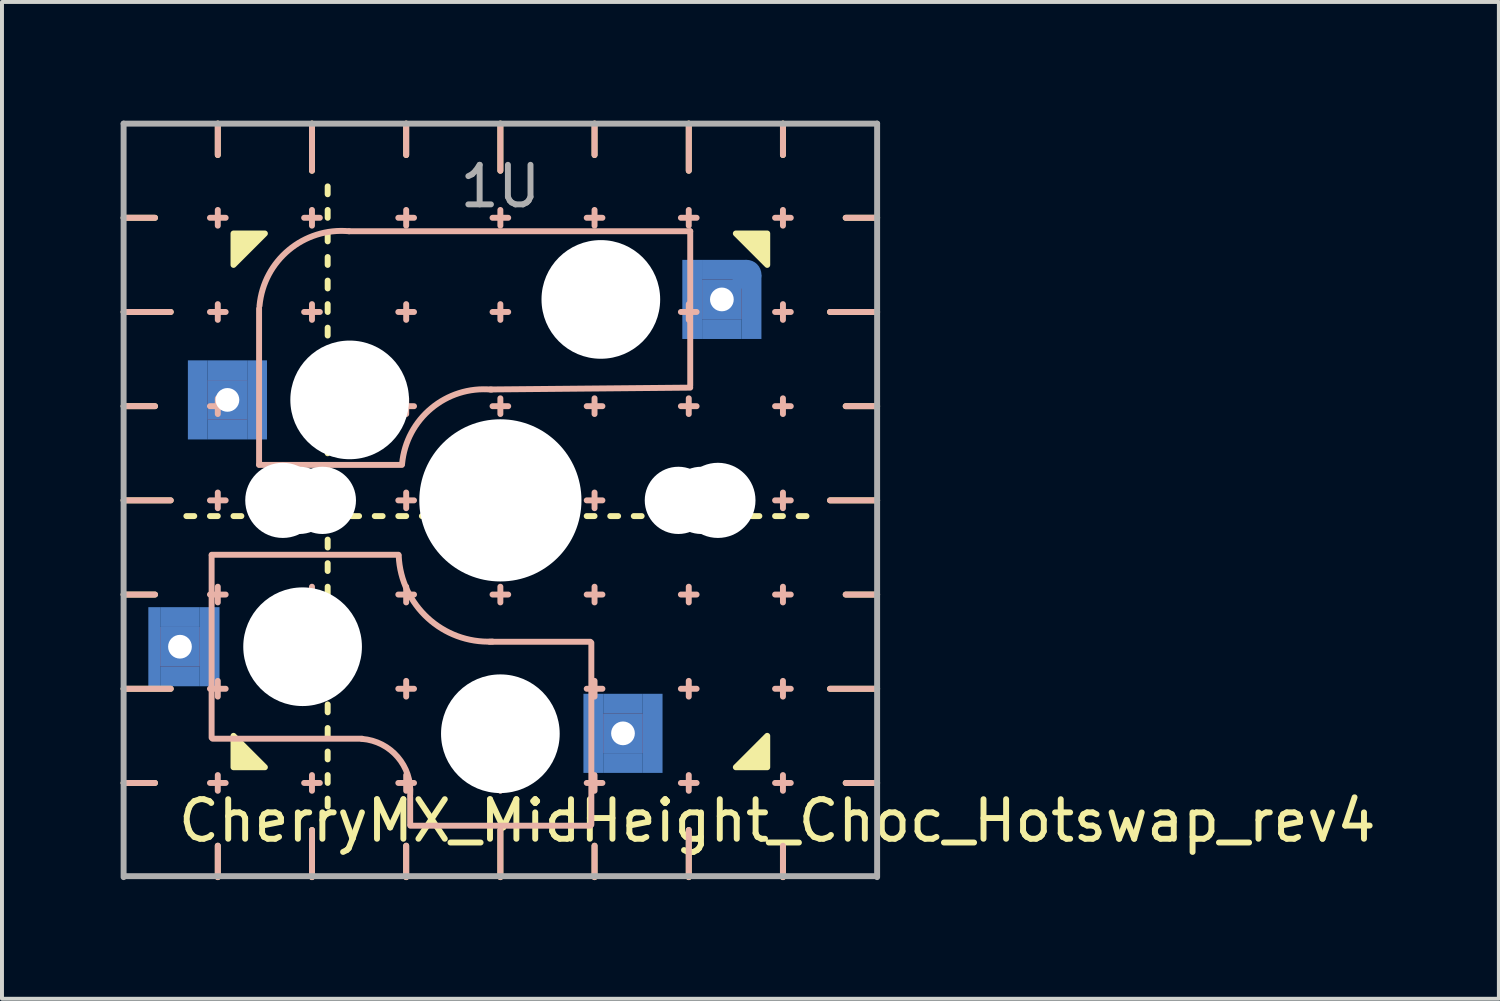
<source format=kicad_pcb>
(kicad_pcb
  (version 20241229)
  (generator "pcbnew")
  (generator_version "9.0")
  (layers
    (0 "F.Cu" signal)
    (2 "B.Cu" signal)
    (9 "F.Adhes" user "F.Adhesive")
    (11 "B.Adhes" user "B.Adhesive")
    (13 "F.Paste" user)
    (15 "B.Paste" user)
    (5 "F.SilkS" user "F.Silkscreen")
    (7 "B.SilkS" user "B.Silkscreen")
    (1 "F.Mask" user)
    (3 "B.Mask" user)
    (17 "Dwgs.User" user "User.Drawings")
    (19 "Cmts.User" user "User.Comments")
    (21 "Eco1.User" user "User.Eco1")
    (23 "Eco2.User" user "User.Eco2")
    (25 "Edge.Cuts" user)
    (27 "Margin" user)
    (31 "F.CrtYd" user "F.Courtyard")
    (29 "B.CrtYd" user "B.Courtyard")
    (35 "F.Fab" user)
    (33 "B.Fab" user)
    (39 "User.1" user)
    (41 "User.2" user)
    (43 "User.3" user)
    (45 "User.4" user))
  (footprint "CherryMX_MidHeight_Choc_Hotswap_rev4"
    (layer "F.Cu")
    (at 9.6 9.6)
    (property "Reference" "CherryMX_MidHeight_Choc_Hotswap_rev4" (at 7 8.1 0) (layer "F.SilkS") (effects (font (size 1 1) (thickness 0.15))))
    (attr through_hole)
    (fp_line (start -8.731 -7.144) (end -9.525 -7.144) (stroke (width 0.15) (type solid)) (layer "F.SilkS"))
    (fp_line (start -8.731 -2.381) (end -9.525 -2.381) (stroke (width 0.15) (type solid)) (layer "F.SilkS"))
    (fp_line (start -8.731 2.381) (end -9.525 2.381) (stroke (width 0.15) (type solid)) (layer "F.SilkS"))
    (fp_line (start -8.731 7.144) (end -9.525 7.144) (stroke (width 0.15) (type solid)) (layer "F.SilkS"))
    (fp_line (start -8.334 -4.763) (end -9.525 -4.763) (stroke (width 0.15) (type solid)) (layer "F.SilkS"))
    (fp_line (start -8.334 0) (end -9.525 0) (stroke (width 0.15) (type solid)) (layer "F.SilkS"))
    (fp_line (start -8.334 4.763) (end -9.525 4.763) (stroke (width 0.15) (type solid)) (layer "F.SilkS"))
    (fp_line (start -7.938 0.397) (end -7.739 0.397) (stroke (width 0.15) (type solid)) (layer "F.SilkS"))
    (fp_line (start -7.342 0.397) (end -7.144 0.397) (stroke (width 0.15) (type solid)) (layer "F.SilkS"))
    (fp_line (start -7.144 -8.731) (end -7.144 -9.525) (stroke (width 0.15) (type solid)) (layer "F.SilkS"))
    (fp_line (start -7.144 8.731) (end -7.144 9.525) (stroke (width 0.15) (type solid)) (layer "F.SilkS"))
    (fp_line (start -6.747 0.397) (end -6.548 0.397) (stroke (width 0.15) (type solid)) (layer "F.SilkS"))
    (fp_line (start -6.152 0.397) (end -5.953 0.397) (stroke (width 0.15) (type solid)) (layer "F.SilkS"))
    (fp_line (start -5.556 0.397) (end -5.358 0.397) (stroke (width 0.15) (type solid)) (layer "F.SilkS"))
    (fp_line (start -4.961 0.397) (end -4.763 0.397) (stroke (width 0.15) (type solid)) (layer "F.SilkS"))
    (fp_line (start -4.763 -8.334) (end -4.763 -9.525) (stroke (width 0.15) (type solid)) (layer "F.SilkS"))
    (fp_line (start -4.763 8.334) (end -4.763 9.525) (stroke (width 0.15) (type solid)) (layer "F.SilkS"))
    (fp_line (start -4.366 -7.938) (end -4.366 -7.739) (stroke (width 0.15) (type solid)) (layer "F.SilkS"))
    (fp_line (start -4.366 -7.342) (end -4.366 -7.144) (stroke (width 0.15) (type solid)) (layer "F.SilkS"))
    (fp_line (start -4.366 -6.747) (end -4.366 -6.548) (stroke (width 0.15) (type solid)) (layer "F.SilkS"))
    (fp_line (start -4.366 -6.152) (end -4.366 -5.953) (stroke (width 0.15) (type solid)) (layer "F.SilkS"))
    (fp_line (start -4.366 -5.556) (end -4.366 -5.358) (stroke (width 0.15) (type solid)) (layer "F.SilkS"))
    (fp_line (start -4.366 -4.961) (end -4.366 -4.763) (stroke (width 0.15) (type solid)) (layer "F.SilkS"))
    (fp_line (start -4.366 -4.366) (end -4.366 -4.167) (stroke (width 0.15) (type solid)) (layer "F.SilkS"))
    (fp_line (start -4.366 -3.77) (end -4.366 -3.572) (stroke (width 0.15) (type solid)) (layer "F.SilkS"))
    (fp_line (start -4.366 -3.175) (end -4.366 -2.977) (stroke (width 0.15) (type solid)) (layer "F.SilkS"))
    (fp_line (start -4.366 -2.58) (end -4.366 -2.381) (stroke (width 0.15) (type solid)) (layer "F.SilkS"))
    (fp_line (start -4.366 -1.984) (end -4.366 -1.786) (stroke (width 0.15) (type solid)) (layer "F.SilkS"))
    (fp_line (start -4.366 -1.389) (end -4.366 -1.191) (stroke (width 0.15) (type solid)) (layer "F.SilkS"))
    (fp_line (start -4.366 -0.794) (end -4.366 -0.595) (stroke (width 0.15) (type solid)) (layer "F.SilkS"))
    (fp_line (start -4.366 -0.198) (end -4.366 0) (stroke (width 0.15) (type solid)) (layer "F.SilkS"))
    (fp_line (start -4.366 0.397) (end -4.366 0.595) (stroke (width 0.15) (type solid)) (layer "F.SilkS"))
    (fp_line (start -4.366 0.397) (end -4.167 0.397) (stroke (width 0.15) (type solid)) (layer "F.SilkS"))
    (fp_line (start -4.366 0.992) (end -4.366 1.191) (stroke (width 0.15) (type solid)) (layer "F.SilkS"))
    (fp_line (start -4.366 1.588) (end -4.366 1.786) (stroke (width 0.15) (type solid)) (layer "F.SilkS"))
    (fp_line (start -4.366 2.183) (end -4.366 2.381) (stroke (width 0.15) (type solid)) (layer "F.SilkS"))
    (fp_line (start -4.366 2.778) (end -4.366 2.977) (stroke (width 0.15) (type solid)) (layer "F.SilkS"))
    (fp_line (start -4.366 3.373) (end -4.366 3.572) (stroke (width 0.15) (type solid)) (layer "F.SilkS"))
    (fp_line (start -4.366 3.969) (end -4.366 4.167) (stroke (width 0.15) (type solid)) (layer "F.SilkS"))
    (fp_line (start -4.366 4.564) (end -4.366 4.763) (stroke (width 0.15) (type solid)) (layer "F.SilkS"))
    (fp_line (start -4.366 5.159) (end -4.366 5.358) (stroke (width 0.15) (type solid)) (layer "F.SilkS"))
    (fp_line (start -4.366 5.755) (end -4.366 5.953) (stroke (width 0.15) (type solid)) (layer "F.SilkS"))
    (fp_line (start -4.366 6.35) (end -4.366 6.548) (stroke (width 0.15) (type solid)) (layer "F.SilkS"))
    (fp_line (start -4.366 6.945) (end -4.366 7.144) (stroke (width 0.15) (type solid)) (layer "F.SilkS"))
    (fp_line (start -4.366 7.541) (end -4.366 7.739) (stroke (width 0.15) (type solid)) (layer "F.SilkS"))
    (fp_line (start -3.77 0.397) (end -3.572 0.397) (stroke (width 0.15) (type solid)) (layer "F.SilkS"))
    (fp_line (start -3.175 0.397) (end -2.977 0.397) (stroke (width 0.15) (type solid)) (layer "F.SilkS"))
    (fp_line (start -2.58 0.397) (end -2.381 0.397) (stroke (width 0.15) (type solid)) (layer "F.SilkS"))
    (fp_line (start -2.381 -8.731) (end -2.381 -9.525) (stroke (width 0.15) (type solid)) (layer "F.SilkS"))
    (fp_line (start -2.381 8.731) (end -2.381 9.525) (stroke (width 0.15) (type solid)) (layer "F.SilkS"))
    (fp_line (start -1.984 0.397) (end -1.786 0.397) (stroke (width 0.15) (type solid)) (layer "F.SilkS"))
    (fp_line (start -1.389 0.397) (end -1.191 0.397) (stroke (width 0.15) (type solid)) (layer "F.SilkS"))
    (fp_line (start -0.794 0.397) (end -0.595 0.397) (stroke (width 0.15) (type solid)) (layer "F.SilkS"))
    (fp_line (start -0.198 0.397) (end 0 0.397) (stroke (width 0.15) (type solid)) (layer "F.SilkS"))
    (fp_line (start 0 -8.334) (end 0 -9.525) (stroke (width 0.15) (type solid)) (layer "F.SilkS"))
    (fp_line (start 0 8.334) (end 0 9.525) (stroke (width 0.15) (type solid)) (layer "F.SilkS"))
    (fp_line (start 0.397 0.397) (end 0.595 0.397) (stroke (width 0.15) (type solid)) (layer "F.SilkS"))
    (fp_line (start 0.992 0.397) (end 1.191 0.397) (stroke (width 0.15) (type solid)) (layer "F.SilkS"))
    (fp_line (start 1.588 0.397) (end 1.786 0.397) (stroke (width 0.15) (type solid)) (layer "F.SilkS"))
    (fp_line (start 2.183 0.397) (end 2.381 0.397) (stroke (width 0.15) (type solid)) (layer "F.SilkS"))
    (fp_line (start 2.381 -8.731) (end 2.381 -9.525) (stroke (width 0.15) (type solid)) (layer "F.SilkS"))
    (fp_line (start 2.381 8.731) (end 2.381 9.525) (stroke (width 0.15) (type solid)) (layer "F.SilkS"))
    (fp_line (start 2.778 0.397) (end 2.977 0.397) (stroke (width 0.15) (type solid)) (layer "F.SilkS"))
    (fp_line (start 3.373 0.397) (end 3.572 0.397) (stroke (width 0.15) (type solid)) (layer "F.SilkS"))
    (fp_line (start 3.969 0.397) (end 4.167 0.397) (stroke (width 0.15) (type solid)) (layer "F.SilkS"))
    (fp_line (start 4.564 0.397) (end 4.763 0.397) (stroke (width 0.15) (type solid)) (layer "F.SilkS"))
    (fp_line (start 4.763 -8.334) (end 4.763 -9.525) (stroke (width 0.15) (type solid)) (layer "F.SilkS"))
    (fp_line (start 4.763 8.334) (end 4.763 9.525) (stroke (width 0.15) (type solid)) (layer "F.SilkS"))
    (fp_line (start 5.159 0.397) (end 5.358 0.397) (stroke (width 0.15) (type solid)) (layer "F.SilkS"))
    (fp_line (start 5.755 0.397) (end 5.953 0.397) (stroke (width 0.15) (type solid)) (layer "F.SilkS"))
    (fp_line (start 6.35 0.397) (end 6.548 0.397) (stroke (width 0.15) (type solid)) (layer "F.SilkS"))
    (fp_line (start 6.945 0.397) (end 7.144 0.397) (stroke (width 0.15) (type solid)) (layer "F.SilkS"))
    (fp_line (start 7.144 -8.731) (end 7.144 -9.525) (stroke (width 0.15) (type solid)) (layer "F.SilkS"))
    (fp_line (start 7.144 8.731) (end 7.144 9.525) (stroke (width 0.15) (type solid)) (layer "F.SilkS"))
    (fp_line (start 7.541 0.397) (end 7.739 0.397) (stroke (width 0.15) (type solid)) (layer "F.SilkS"))
    (fp_line (start 8.334 -4.763) (end 9.525 -4.763) (stroke (width 0.15) (type solid)) (layer "F.SilkS"))
    (fp_line (start 8.334 0) (end 9.525 0) (stroke (width 0.15) (type solid)) (layer "F.SilkS"))
    (fp_line (start 8.334 4.763) (end 9.525 4.763) (stroke (width 0.15) (type solid)) (layer "F.SilkS"))
    (fp_line (start 8.731 -7.144) (end 9.525 -7.144) (stroke (width 0.15) (type solid)) (layer "F.SilkS"))
    (fp_line (start 8.731 -2.381) (end 9.525 -2.381) (stroke (width 0.15) (type solid)) (layer "F.SilkS"))
    (fp_line (start 8.731 2.381) (end 9.525 2.381) (stroke (width 0.15) (type solid)) (layer "F.SilkS"))
    (fp_line (start 8.731 7.144) (end 9.525 7.144) (stroke (width 0.15) (type solid)) (layer "F.SilkS"))
    (fp_poly (pts (xy -6.747 -5.953) (xy -5.953 -6.747) (xy -6.747 -6.747)) (stroke (width 0.15) (type solid)) (fill yes) (layer "F.SilkS"))
    (fp_poly (pts (xy -5.953 6.747) (xy -6.747 5.953) (xy -6.747 6.747)) (stroke (width 0.15) (type solid)) (fill yes) (layer "F.SilkS"))
    (fp_poly (pts (xy 5.953 -6.747) (xy 6.747 -5.953) (xy 6.747 -6.747)) (stroke (width 0.15) (type solid)) (fill yes) (layer "F.SilkS"))
    (fp_poly (pts (xy 6.747 5.953) (xy 5.953 6.747) (xy 6.747 6.747)) (stroke (width 0.15) (type solid)) (fill yes) (layer "F.SilkS"))
    (fp_line (start -8.731 -7.144) (end -9.525 -7.144) (stroke (width 0.15) (type solid)) (layer "B.SilkS"))
    (fp_line (start -8.731 -2.381) (end -9.525 -2.381) (stroke (width 0.15) (type solid)) (layer "B.SilkS"))
    (fp_line (start -8.731 2.381) (end -9.525 2.381) (stroke (width 0.15) (type solid)) (layer "B.SilkS"))
    (fp_line (start -8.731 7.144) (end -9.525 7.144) (stroke (width 0.15) (type solid)) (layer "B.SilkS"))
    (fp_line (start -8.334 -4.763) (end -9.525 -4.763) (stroke (width 0.15) (type solid)) (layer "B.SilkS"))
    (fp_line (start -8.334 0) (end -9.525 0) (stroke (width 0.15) (type solid)) (layer "B.SilkS"))
    (fp_line (start -8.334 4.763) (end -9.525 4.763) (stroke (width 0.15) (type solid)) (layer "B.SilkS"))
    (fp_line (start -7.342 -7.144) (end -6.945 -7.144) (stroke (width 0.15) (type solid)) (layer "B.SilkS"))
    (fp_line (start -7.342 -4.763) (end -6.945 -4.763) (stroke (width 0.15) (type solid)) (layer "B.SilkS"))
    (fp_line (start -7.342 -2.381) (end -6.945 -2.381) (stroke (width 0.15) (type solid)) (layer "B.SilkS"))
    (fp_line (start -7.342 0) (end -6.945 0) (stroke (width 0.15) (type solid)) (layer "B.SilkS"))
    (fp_line (start -7.342 2.381) (end -6.945 2.381) (stroke (width 0.15) (type solid)) (layer "B.SilkS"))
    (fp_line (start -7.342 4.763) (end -6.945 4.763) (stroke (width 0.15) (type solid)) (layer "B.SilkS"))
    (fp_line (start -7.342 7.144) (end -6.945 7.144) (stroke (width 0.15) (type solid)) (layer "B.SilkS"))
    (fp_line (start -7.3 1.4) (end -7.3 6) (stroke (width 0.15) (type solid)) (layer "B.SilkS"))
    (fp_line (start -7.144 -7.342) (end -7.144 -6.945) (stroke (width 0.15) (type solid)) (layer "B.SilkS"))
    (fp_line (start -7.144 -4.961) (end -7.144 -4.564) (stroke (width 0.15) (type solid)) (layer "B.SilkS"))
    (fp_line (start -7.144 -2.58) (end -7.144 -2.183) (stroke (width 0.15) (type solid)) (layer "B.SilkS"))
    (fp_line (start -7.144 -0.198) (end -7.144 0.198) (stroke (width 0.15) (type solid)) (layer "B.SilkS"))
    (fp_line (start -7.144 2.183) (end -7.144 2.58) (stroke (width 0.15) (type solid)) (layer "B.SilkS"))
    (fp_line (start -7.144 4.564) (end -7.144 4.961) (stroke (width 0.15) (type solid)) (layer "B.SilkS"))
    (fp_line (start -7.144 6.945) (end -7.144 7.342) (stroke (width 0.15) (type solid)) (layer "B.SilkS"))
    (fp_line (start -7.144 -8.731) (end -7.144 -9.525) (stroke (width 0.15) (type solid)) (layer "B.SilkS"))
    (fp_line (start -7.144 8.731) (end -7.144 9.525) (stroke (width 0.15) (type solid)) (layer "B.SilkS"))
    (fp_line (start -6.1 -4.85) (end -6.1 -0.905) (stroke (width 0.15) (type solid)) (layer "B.SilkS"))
    (fp_line (start -6.1 -0.896) (end -2.49 -0.896) (stroke (width 0.15) (type solid)) (layer "B.SilkS"))
    (fp_line (start -4.961 -7.144) (end -4.564 -7.144) (stroke (width 0.15) (type solid)) (layer "B.SilkS"))
    (fp_line (start -4.961 -4.763) (end -4.564 -4.763) (stroke (width 0.15) (type solid)) (layer "B.SilkS"))
    (fp_line (start -4.961 -2.381) (end -4.564 -2.381) (stroke (width 0.15) (type solid)) (layer "B.SilkS"))
    (fp_line (start -4.961 0) (end -4.564 0) (stroke (width 0.15) (type solid)) (layer "B.SilkS"))
    (fp_line (start -4.961 2.381) (end -4.564 2.381) (stroke (width 0.15) (type solid)) (layer "B.SilkS"))
    (fp_line (start -4.961 4.763) (end -4.564 4.763) (stroke (width 0.15) (type solid)) (layer "B.SilkS"))
    (fp_line (start -4.961 7.144) (end -4.564 7.144) (stroke (width 0.15) (type solid)) (layer "B.SilkS"))
    (fp_line (start -4.763 -7.342) (end -4.763 -6.945) (stroke (width 0.15) (type solid)) (layer "B.SilkS"))
    (fp_line (start -4.763 -4.961) (end -4.763 -4.564) (stroke (width 0.15) (type solid)) (layer "B.SilkS"))
    (fp_line (start -4.763 -2.58) (end -4.763 -2.183) (stroke (width 0.15) (type solid)) (layer "B.SilkS"))
    (fp_line (start -4.763 -0.198) (end -4.763 0.198) (stroke (width 0.15) (type solid)) (layer "B.SilkS"))
    (fp_line (start -4.763 2.183) (end -4.763 2.58) (stroke (width 0.15) (type solid)) (layer "B.SilkS"))
    (fp_line (start -4.763 4.564) (end -4.763 4.961) (stroke (width 0.15) (type solid)) (layer "B.SilkS"))
    (fp_line (start -4.763 6.945) (end -4.763 7.342) (stroke (width 0.15) (type solid)) (layer "B.SilkS"))
    (fp_line (start -4.763 -8.334) (end -4.763 -9.525) (stroke (width 0.15) (type solid)) (layer "B.SilkS"))
    (fp_line (start -4.763 8.334) (end -4.763 9.525) (stroke (width 0.15) (type solid)) (layer "B.SilkS"))
    (fp_line (start -3.5 6.025) (end -7.275 6.025) (stroke (width 0.15) (type solid)) (layer "B.SilkS"))
    (fp_line (start -2.58 -7.144) (end -2.183 -7.144) (stroke (width 0.15) (type solid)) (layer "B.SilkS"))
    (fp_line (start -2.58 -4.763) (end -2.183 -4.763) (stroke (width 0.15) (type solid)) (layer "B.SilkS"))
    (fp_line (start -2.58 -2.381) (end -2.183 -2.381) (stroke (width 0.15) (type solid)) (layer "B.SilkS"))
    (fp_line (start -2.58 0) (end -2.183 0) (stroke (width 0.15) (type solid)) (layer "B.SilkS"))
    (fp_line (start -2.58 2.381) (end -2.183 2.381) (stroke (width 0.15) (type solid)) (layer "B.SilkS"))
    (fp_line (start -2.58 4.763) (end -2.183 4.763) (stroke (width 0.15) (type solid)) (layer "B.SilkS"))
    (fp_line (start -2.58 7.144) (end -2.183 7.144) (stroke (width 0.15) (type solid)) (layer "B.SilkS"))
    (fp_line (start -2.575 1.375) (end -7.3 1.375) (stroke (width 0.15) (type solid)) (layer "B.SilkS"))
    (fp_line (start -2.381 -7.342) (end -2.381 -6.945) (stroke (width 0.15) (type solid)) (layer "B.SilkS"))
    (fp_line (start -2.381 -4.961) (end -2.381 -4.564) (stroke (width 0.15) (type solid)) (layer "B.SilkS"))
    (fp_line (start -2.381 -2.58) (end -2.381 -2.183) (stroke (width 0.15) (type solid)) (layer "B.SilkS"))
    (fp_line (start -2.381 -0.198) (end -2.381 0.198) (stroke (width 0.15) (type solid)) (layer "B.SilkS"))
    (fp_line (start -2.381 2.183) (end -2.381 2.58) (stroke (width 0.15) (type solid)) (layer "B.SilkS"))
    (fp_line (start -2.381 4.564) (end -2.381 4.961) (stroke (width 0.15) (type solid)) (layer "B.SilkS"))
    (fp_line (start -2.381 6.945) (end -2.381 7.342) (stroke (width 0.15) (type solid)) (layer "B.SilkS"))
    (fp_line (start -2.381 -8.731) (end -2.381 -9.525) (stroke (width 0.15) (type solid)) (layer "B.SilkS"))
    (fp_line (start -2.381 8.731) (end -2.381 9.525) (stroke (width 0.15) (type solid)) (layer "B.SilkS"))
    (fp_line (start -2.28 7.5) (end -2.28 8.2) (stroke (width 0.15) (type solid)) (layer "B.SilkS"))
    (fp_line (start -0.198 -7.144) (end 0.198 -7.144) (stroke (width 0.15) (type solid)) (layer "B.SilkS"))
    (fp_line (start -0.198 -4.763) (end 0.198 -4.763) (stroke (width 0.15) (type solid)) (layer "B.SilkS"))
    (fp_line (start -0.198 -2.381) (end 0.198 -2.381) (stroke (width 0.15) (type solid)) (layer "B.SilkS"))
    (fp_line (start -0.198 0) (end 0.198 0) (stroke (width 0.15) (type solid)) (layer "B.SilkS"))
    (fp_line (start -0.198 2.381) (end 0.198 2.381) (stroke (width 0.15) (type solid)) (layer "B.SilkS"))
    (fp_line (start -0.198 4.763) (end 0.198 4.763) (stroke (width 0.15) (type solid)) (layer "B.SilkS"))
    (fp_line (start -0.198 7.144) (end 0.198 7.144) (stroke (width 0.15) (type solid)) (layer "B.SilkS"))
    (fp_line (start 0 -8.334) (end 0 -9.525) (stroke (width 0.15) (type solid)) (layer "B.SilkS"))
    (fp_line (start 0 -7.342) (end 0 -6.945) (stroke (width 0.15) (type solid)) (layer "B.SilkS"))
    (fp_line (start 0 -4.961) (end 0 -4.564) (stroke (width 0.15) (type solid)) (layer "B.SilkS"))
    (fp_line (start 0 -2.58) (end 0 -2.183) (stroke (width 0.15) (type solid)) (layer "B.SilkS"))
    (fp_line (start 0 -0.198) (end 0 0.198) (stroke (width 0.15) (type solid)) (layer "B.SilkS"))
    (fp_line (start 0 2.183) (end 0 2.58) (stroke (width 0.15) (type solid)) (layer "B.SilkS"))
    (fp_line (start 0 4.564) (end 0 4.961) (stroke (width 0.15) (type solid)) (layer "B.SilkS"))
    (fp_line (start 0 6.945) (end 0 7.342) (stroke (width 0.15) (type solid)) (layer "B.SilkS"))
    (fp_line (start 0 8.334) (end 0 9.525) (stroke (width 0.15) (type solid)) (layer "B.SilkS"))
    (fp_line (start 2.183 -7.144) (end 2.58 -7.144) (stroke (width 0.15) (type solid)) (layer "B.SilkS"))
    (fp_line (start 2.183 -4.763) (end 2.58 -4.763) (stroke (width 0.15) (type solid)) (layer "B.SilkS"))
    (fp_line (start 2.183 -2.381) (end 2.58 -2.381) (stroke (width 0.15) (type solid)) (layer "B.SilkS"))
    (fp_line (start 2.183 0) (end 2.58 0) (stroke (width 0.15) (type solid)) (layer "B.SilkS"))
    (fp_line (start 2.183 2.381) (end 2.58 2.381) (stroke (width 0.15) (type solid)) (layer "B.SilkS"))
    (fp_line (start 2.183 4.763) (end 2.58 4.763) (stroke (width 0.15) (type solid)) (layer "B.SilkS"))
    (fp_line (start 2.183 7.144) (end 2.58 7.144) (stroke (width 0.15) (type solid)) (layer "B.SilkS"))
    (fp_line (start 2.275 3.575) (end -0.275 3.575) (stroke (width 0.15) (type solid)) (layer "B.SilkS"))
    (fp_line (start 2.275 8.225) (end -2.275 8.225) (stroke (width 0.15) (type solid)) (layer "B.SilkS"))
    (fp_line (start 2.3 3.6) (end 2.3 8.2) (stroke (width 0.15) (type solid)) (layer "B.SilkS"))
    (fp_line (start 2.381 -8.731) (end 2.381 -9.525) (stroke (width 0.15) (type solid)) (layer "B.SilkS"))
    (fp_line (start 2.381 8.731) (end 2.381 9.525) (stroke (width 0.15) (type solid)) (layer "B.SilkS"))
    (fp_line (start 2.381 -7.342) (end 2.381 -6.945) (stroke (width 0.15) (type solid)) (layer "B.SilkS"))
    (fp_line (start 2.381 -4.961) (end 2.381 -4.564) (stroke (width 0.15) (type solid)) (layer "B.SilkS"))
    (fp_line (start 2.381 -2.58) (end 2.381 -2.183) (stroke (width 0.15) (type solid)) (layer "B.SilkS"))
    (fp_line (start 2.381 -0.198) (end 2.381 0.198) (stroke (width 0.15) (type solid)) (layer "B.SilkS"))
    (fp_line (start 2.381 2.183) (end 2.381 2.58) (stroke (width 0.15) (type solid)) (layer "B.SilkS"))
    (fp_line (start 2.381 4.564) (end 2.381 4.961) (stroke (width 0.15) (type solid)) (layer "B.SilkS"))
    (fp_line (start 2.381 6.945) (end 2.381 7.342) (stroke (width 0.15) (type solid)) (layer "B.SilkS"))
    (fp_line (start 4.564 -7.144) (end 4.961 -7.144) (stroke (width 0.15) (type solid)) (layer "B.SilkS"))
    (fp_line (start 4.564 -4.763) (end 4.961 -4.763) (stroke (width 0.15) (type solid)) (layer "B.SilkS"))
    (fp_line (start 4.564 -2.381) (end 4.961 -2.381) (stroke (width 0.15) (type solid)) (layer "B.SilkS"))
    (fp_line (start 4.564 0) (end 4.961 0) (stroke (width 0.15) (type solid)) (layer "B.SilkS"))
    (fp_line (start 4.564 2.381) (end 4.961 2.381) (stroke (width 0.15) (type solid)) (layer "B.SilkS"))
    (fp_line (start 4.564 4.763) (end 4.961 4.763) (stroke (width 0.15) (type solid)) (layer "B.SilkS"))
    (fp_line (start 4.564 7.144) (end 4.961 7.144) (stroke (width 0.15) (type solid)) (layer "B.SilkS"))
    (fp_line (start 4.763 -8.334) (end 4.763 -9.525) (stroke (width 0.15) (type solid)) (layer "B.SilkS"))
    (fp_line (start 4.763 8.334) (end 4.763 9.525) (stroke (width 0.15) (type solid)) (layer "B.SilkS"))
    (fp_line (start 4.763 -7.342) (end 4.763 -6.945) (stroke (width 0.15) (type solid)) (layer "B.SilkS"))
    (fp_line (start 4.763 -4.961) (end 4.763 -4.564) (stroke (width 0.15) (type solid)) (layer "B.SilkS"))
    (fp_line (start 4.763 -2.58) (end 4.763 -2.183) (stroke (width 0.15) (type solid)) (layer "B.SilkS"))
    (fp_line (start 4.763 -0.198) (end 4.763 0.198) (stroke (width 0.15) (type solid)) (layer "B.SilkS"))
    (fp_line (start 4.763 2.183) (end 4.763 2.58) (stroke (width 0.15) (type solid)) (layer "B.SilkS"))
    (fp_line (start 4.763 4.564) (end 4.763 4.961) (stroke (width 0.15) (type solid)) (layer "B.SilkS"))
    (fp_line (start 4.763 6.945) (end 4.763 7.342) (stroke (width 0.15) (type solid)) (layer "B.SilkS"))
    (fp_line (start 4.8 -6.804) (end -3.825 -6.804) (stroke (width 0.15) (type solid)) (layer "B.SilkS"))
    (fp_line (start 4.8 -2.896) (end 4.8 -6.804) (stroke (width 0.15) (type solid)) (layer "B.SilkS"))
    (fp_line (start 4.8 -2.85) (end -0.25 -2.804) (stroke (width 0.15) (type solid)) (layer "B.SilkS"))
    (fp_line (start 6.945 -7.144) (end 7.342 -7.144) (stroke (width 0.15) (type solid)) (layer "B.SilkS"))
    (fp_line (start 6.945 -4.763) (end 7.342 -4.763) (stroke (width 0.15) (type solid)) (layer "B.SilkS"))
    (fp_line (start 6.945 -2.381) (end 7.342 -2.381) (stroke (width 0.15) (type solid)) (layer "B.SilkS"))
    (fp_line (start 6.945 0) (end 7.342 0) (stroke (width 0.15) (type solid)) (layer "B.SilkS"))
    (fp_line (start 6.945 2.381) (end 7.342 2.381) (stroke (width 0.15) (type solid)) (layer "B.SilkS"))
    (fp_line (start 6.945 4.763) (end 7.342 4.763) (stroke (width 0.15) (type solid)) (layer "B.SilkS"))
    (fp_line (start 6.945 7.144) (end 7.342 7.144) (stroke (width 0.15) (type solid)) (layer "B.SilkS"))
    (fp_line (start 7.144 -8.731) (end 7.144 -9.525) (stroke (width 0.15) (type solid)) (layer "B.SilkS"))
    (fp_line (start 7.144 8.731) (end 7.144 9.525) (stroke (width 0.15) (type solid)) (layer "B.SilkS"))
    (fp_line (start 7.144 -7.342) (end 7.144 -6.945) (stroke (width 0.15) (type solid)) (layer "B.SilkS"))
    (fp_line (start 7.144 -4.961) (end 7.144 -4.564) (stroke (width 0.15) (type solid)) (layer "B.SilkS"))
    (fp_line (start 7.144 -2.58) (end 7.144 -2.183) (stroke (width 0.15) (type solid)) (layer "B.SilkS"))
    (fp_line (start 7.144 -0.198) (end 7.144 0.198) (stroke (width 0.15) (type solid)) (layer "B.SilkS"))
    (fp_line (start 7.144 2.183) (end 7.144 2.58) (stroke (width 0.15) (type solid)) (layer "B.SilkS"))
    (fp_line (start 7.144 4.564) (end 7.144 4.961) (stroke (width 0.15) (type solid)) (layer "B.SilkS"))
    (fp_line (start 7.144 6.945) (end 7.144 7.342) (stroke (width 0.15) (type solid)) (layer "B.SilkS"))
    (fp_line (start 8.334 -4.763) (end 9.525 -4.763) (stroke (width 0.15) (type solid)) (layer "B.SilkS"))
    (fp_line (start 8.334 0) (end 9.525 0) (stroke (width 0.15) (type solid)) (layer "B.SilkS"))
    (fp_line (start 8.334 4.763) (end 9.525 4.763) (stroke (width 0.15) (type solid)) (layer "B.SilkS"))
    (fp_line (start 8.731 -7.144) (end 9.525 -7.144) (stroke (width 0.15) (type solid)) (layer "B.SilkS"))
    (fp_line (start 8.731 -2.381) (end 9.525 -2.381) (stroke (width 0.15) (type solid)) (layer "B.SilkS"))
    (fp_line (start 8.731 2.381) (end 9.525 2.381) (stroke (width 0.15) (type solid)) (layer "B.SilkS"))
    (fp_line (start 8.731 7.144) (end 9.525 7.144) (stroke (width 0.15) (type solid)) (layer "B.SilkS"))
    (fp_arc (start -6.089 -4.92) (mid -5.347189 -6.33089) (end -3.825 -6.804) (stroke (width 0.15) (type solid)) (layer "B.SilkS"))
    (fp_arc (start -3.5 6.03) (mid -2.595908 6.48733) (end -2.28 7.45) (stroke (width 0.15) (type solid)) (layer "B.SilkS"))
    (fp_arc (start -2.485 -0.92) (mid -1.744361 -2.328061) (end -0.225 -2.8) (stroke (width 0.15) (type solid)) (layer "B.SilkS"))
    (fp_arc (start -0.2 3.57) (mid -1.834422 2.975843) (end -2.57 1.4) (stroke (width 0.15) (type solid)) (layer "B.SilkS"))
    (fp_line (start -9.525 -9.525) (end 9.525 -9.525) (stroke (width 0.15) (type solid)) (layer "F.Fab"))
    (fp_line (start -9.525 9.525) (end -9.525 -9.525) (stroke (width 0.15) (type solid)) (layer "F.Fab"))
    (fp_line (start 9.5 9.5) (end -9.5 9.5) (stroke (width 0.15) (type solid)) (layer "F.Fab"))
    (fp_line (start 9.525 -9.525) (end 9.525 9.525) (stroke (width 0.15) (type solid)) (layer "F.Fab"))
    (fp_text user "1U" (at 0 -7.938 0) (layer "F.Fab") (effects (font (size 1 1) (thickness 0.15))))
    (pad "" np_thru_hole circle (at -5.5 0 90) (size 1.9 1.9) (drill 1.9) (layers "*.Cu" "*.Mask"))
    (pad "" np_thru_hole circle (at -5.08 0) (size 1.7 1.7) (drill 1.7) (layers "*.Cu" "*.Mask"))
    (pad "" np_thru_hole circle (at -5 3.7 90) (size 3 3) (drill 3) (layers "*.Cu" "*.Mask"))
    (pad "" np_thru_hole circle (at -4.5 0) (size 1.7 1.7) (drill 1.7) (layers "*.Cu" "*.Mask"))
    (pad "" np_thru_hole circle (at -3.81 -2.54 180) (size 3 3) (drill 3) (layers "*.Cu" "*.Mask"))
    (pad "" np_thru_hole circle (at 0 0 90) (size 4.1 4.1) (drill 4.1) (layers "*.Cu" "*.Mask"))
    (pad "" np_thru_hole circle (at 0 5.9 90) (size 3 3) (drill 3) (layers "*.Cu" "*.Mask"))
    (pad "" np_thru_hole circle (at 2.54 -5.08 180) (size 3 3) (drill 3) (layers "*.Cu" "*.Mask"))
    (pad "" np_thru_hole circle (at 4.5 0) (size 1.7 1.7) (drill 1.7) (layers "*.Cu" "*.Mask"))
    (pad "" np_thru_hole circle (at 5.08 0) (size 1.7 1.7) (drill 1.7) (layers "*.Cu" "*.Mask"))
    (pad "" np_thru_hole circle (at 5.5 0 90) (size 1.9 1.9) (drill 1.9) (layers "*.Cu" "*.Mask"))
    (pad "1" smd rect (at -8.75 3.7 180) (size 0.3 2) (layers "B.Cu" "B.Mask" "B.Paste"))
    (pad "1" smd rect (at -8.1 2.95 180) (size 1 0.5) (layers "B.Cu" "B.Mask" "B.Paste"))
    (pad "1" thru_hole rect (at -8.1 3.7) (size 1 1) (drill 0.6) (layers "*.Cu" "B.Mask"))
    (pad "1" smd rect (at -8.1 4.45 180) (size 1 0.5) (layers "B.Cu" "B.Mask" "B.Paste"))
    (pad "1" smd rect (at -7.65 -2.54 180) (size 0.5 2) (layers "B.Cu" "B.Mask" "B.Paste"))
    (pad "1" smd rect (at -7.35 3.7 180) (size 0.5 2) (layers "B.Cu" "B.Mask" "B.Paste"))
    (pad "1" smd rect (at -6.9 -3.29 180) (size 1 0.5) (layers "B.Cu" "B.Mask" "B.Paste"))
    (pad "1" thru_hole rect (at -6.9 -2.54) (size 1 1) (drill 0.6) (layers "*.Cu" "B.Mask"))
    (pad "1" smd rect (at -6.9 -1.79 180) (size 1 0.5) (layers "B.Cu" "B.Mask" "B.Paste"))
    (pad "1" smd rect (at -6.15 -2.54 180) (size 0.5 2) (layers "B.Cu" "B.Mask" "B.Paste"))
    (pad "2" smd rect (at 2.35 5.89 180) (size 0.5 2) (layers "B.Cu" "B.Mask" "B.Paste"))
    (pad "2" smd rect (at 3.1 5.14 180) (size 1 0.5) (layers "B.Cu" "B.Mask" "B.Paste"))
    (pad "2" thru_hole rect (at 3.1 5.89) (size 1 1) (drill 0.6) (layers "*.Cu" "B.Mask"))
    (pad "2" smd rect (at 3.1 6.64 180) (size 1 0.5) (layers "B.Cu" "B.Mask" "B.Paste"))
    (pad "2" smd rect (at 3.85 5.89 180) (size 0.5 2) (layers "B.Cu" "B.Mask" "B.Paste"))
    (pad "2" smd rect (at 4.85 -5.08 180) (size 0.5 2) (layers "B.Cu" "B.Mask" "B.Paste"))
    (pad "2" thru_hole rect (at 5.6 -5.08) (size 1 1) (drill 0.6) (layers "*.Cu" "B.Mask"))
    (pad "2" smd rect (at 5.6 -4.33 180) (size 1 0.5) (layers "B.Cu" "B.Mask" "B.Paste"))
    (pad "2" smd rect (at 5.661 -5.83 180) (size 1.125 0.5) (layers "B.Cu" "B.Mask" "B.Paste"))
    (pad "2" smd circle (at 6.225 -5.705 180) (size 0.75 0.75) (layers "B.Cu" "B.Mask" "B.Paste"))
    (pad "2" smd rect (at 6.35 -4.893 180) (size 0.5 1.625) (layers "B.Cu" "B.Mask" "B.Paste")))
  (gr_rect
    (start -3 -3)
    (end 34.844 22.2)
    (stroke (width 0.1) (type default))
    (fill no)
    (layer "Edge.Cuts")))
</source>
